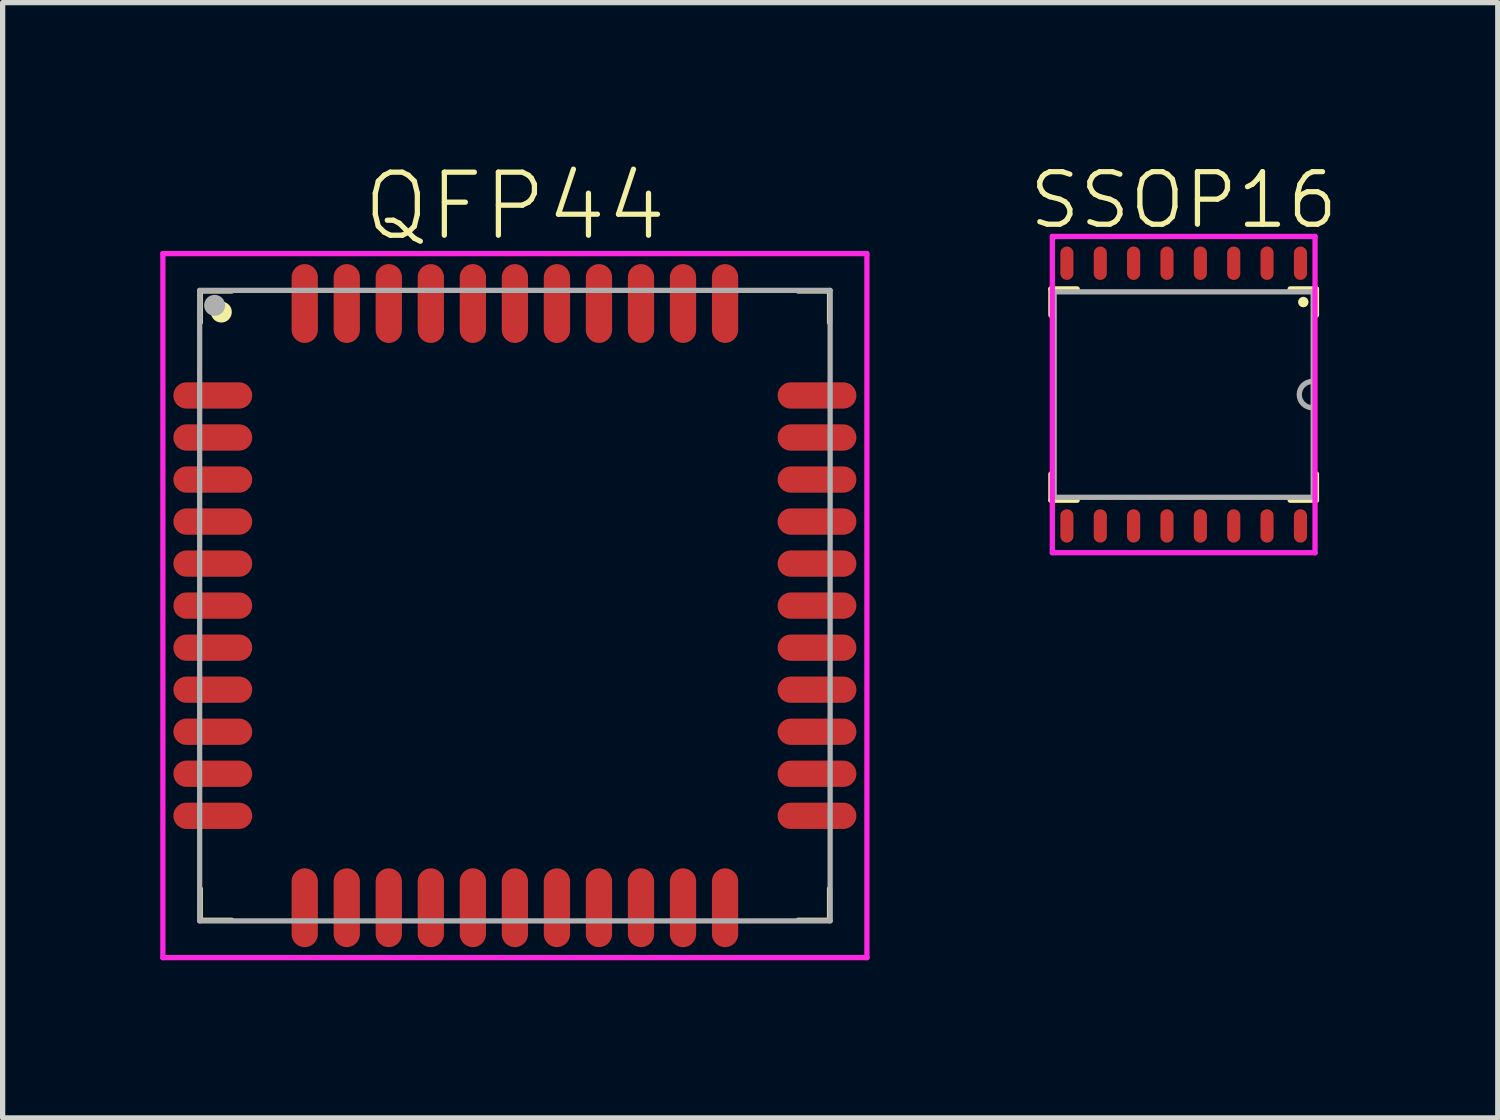
<source format=kicad_pcb>
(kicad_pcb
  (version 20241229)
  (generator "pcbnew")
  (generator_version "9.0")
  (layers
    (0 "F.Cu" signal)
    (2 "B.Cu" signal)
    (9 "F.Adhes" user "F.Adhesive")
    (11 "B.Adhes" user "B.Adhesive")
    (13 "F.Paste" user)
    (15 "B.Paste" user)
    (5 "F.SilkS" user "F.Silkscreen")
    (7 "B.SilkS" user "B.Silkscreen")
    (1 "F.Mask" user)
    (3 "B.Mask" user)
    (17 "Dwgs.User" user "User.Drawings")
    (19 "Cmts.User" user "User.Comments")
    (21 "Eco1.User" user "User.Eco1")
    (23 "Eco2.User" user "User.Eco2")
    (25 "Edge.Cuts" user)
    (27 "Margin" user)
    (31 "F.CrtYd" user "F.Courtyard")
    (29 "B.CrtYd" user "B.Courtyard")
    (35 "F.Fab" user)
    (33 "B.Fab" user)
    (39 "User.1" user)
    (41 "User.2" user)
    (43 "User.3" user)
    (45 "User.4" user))
  (footprint "QFP44"
    (layer "F.Cu")
    (at 6.75 8.477)
    (property "Reference" "QFP44" (at 0 -7.6 0) (layer "F.SilkS") (effects (font (size 1.2 1.2) (thickness 0.1))))
    (attr through_hole)
    (fp_line (start -5.989 -5.989) (end -5.989 -5.389) (stroke (width 0.1) (type solid)) (layer "F.SilkS"))
    (fp_line (start -5.989 -5.989) (end -5.389 -5.989) (stroke (width 0.1) (type solid)) (layer "F.SilkS"))
    (fp_line (start -5.989 5.989) (end -5.989 5.389) (stroke (width 0.1) (type solid)) (layer "F.SilkS"))
    (fp_line (start -5.389 5.989) (end -5.989 5.989) (stroke (width 0.1) (type solid)) (layer "F.SilkS"))
    (fp_line (start 5.389 -5.989) (end 5.989 -5.989) (stroke (width 0.1) (type solid)) (layer "F.SilkS"))
    (fp_line (start 5.389 5.989) (end 5.989 5.989) (stroke (width 0.1) (type solid)) (layer "F.SilkS"))
    (fp_line (start 5.989 -5.989) (end 5.989 -5.389) (stroke (width 0.1) (type solid)) (layer "F.SilkS"))
    (fp_line (start 5.989 5.989) (end 5.989 5.389) (stroke (width 0.1) (type solid)) (layer "F.SilkS"))
    (fp_circle (center -5.588 -5.588) (end -5.488 -5.588) (stroke (width 0.2) (type solid)) (fill no) (layer "F.SilkS"))
    (fp_line (start -6.7 -6.7) (end 6.7 -6.7) (stroke (width 0.1) (type solid)) (layer "F.CrtYd"))
    (fp_line (start -6.7 6.7) (end -6.7 -6.7) (stroke (width 0.1) (type solid)) (layer "F.CrtYd"))
    (fp_line (start 6.7 -6.7) (end 6.7 6.7) (stroke (width 0.1) (type solid)) (layer "F.CrtYd"))
    (fp_line (start 6.7 6.7) (end -6.7 6.7) (stroke (width 0.1) (type solid)) (layer "F.CrtYd"))
    (fp_line (start -6 -6) (end -6 6) (stroke (width 0.1) (type solid)) (layer "F.Fab"))
    (fp_line (start -6 6) (end 6 6) (stroke (width 0.1) (type solid)) (layer "F.Fab"))
    (fp_line (start 6 -6) (end -6 -6) (stroke (width 0.1) (type solid)) (layer "F.Fab"))
    (fp_line (start 6 6) (end 6 -6) (stroke (width 0.1) (type solid)) (layer "F.Fab"))
    (fp_circle (center -5.715 -5.715) (end -5.715 -5.815) (stroke (width 0.2) (type solid)) (fill no) (layer "F.Fab"))
    (pad "1" smd oval (at -5.75 -4 90) (size 0.5 1.5) (layers "F.Cu" "F.Mask" "F.Paste"))
    (pad "2" smd oval (at -5.75 -3.2 90) (size 0.5 1.5) (layers "F.Cu" "F.Mask" "F.Paste"))
    (pad "3" smd oval (at -5.75 -2.4 90) (size 0.5 1.5) (layers "F.Cu" "F.Mask" "F.Paste"))
    (pad "4" smd oval (at -5.75 -1.6 90) (size 0.5 1.5) (layers "F.Cu" "F.Mask" "F.Paste"))
    (pad "5" smd oval (at -5.75 -0.8 90) (size 0.5 1.5) (layers "F.Cu" "F.Mask" "F.Paste"))
    (pad "6" smd oval (at -5.75 0 90) (size 0.5 1.5) (layers "F.Cu" "F.Mask" "F.Paste"))
    (pad "7" smd oval (at -5.75 0.8 90) (size 0.5 1.5) (layers "F.Cu" "F.Mask" "F.Paste"))
    (pad "8" smd oval (at -5.75 1.6 90) (size 0.5 1.5) (layers "F.Cu" "F.Mask" "F.Paste"))
    (pad "9" smd oval (at -5.75 2.4 90) (size 0.5 1.5) (layers "F.Cu" "F.Mask" "F.Paste"))
    (pad "10" smd oval (at -5.75 3.2 90) (size 0.5 1.5) (layers "F.Cu" "F.Mask" "F.Paste"))
    (pad "11" smd oval (at -5.75 4 90) (size 0.5 1.5) (layers "F.Cu" "F.Mask" "F.Paste"))
    (pad "12" smd oval (at -4 5.75) (size 0.5 1.5) (layers "F.Cu" "F.Mask" "F.Paste"))
    (pad "13" smd oval (at -3.2 5.75) (size 0.5 1.5) (layers "F.Cu" "F.Mask" "F.Paste"))
    (pad "14" smd oval (at -2.4 5.75) (size 0.5 1.5) (layers "F.Cu" "F.Mask" "F.Paste"))
    (pad "15" smd oval (at -1.6 5.75) (size 0.5 1.5) (layers "F.Cu" "F.Mask" "F.Paste"))
    (pad "16" smd oval (at -0.8 5.75) (size 0.5 1.5) (layers "F.Cu" "F.Mask" "F.Paste"))
    (pad "17" smd oval (at 0 5.75) (size 0.5 1.5) (layers "F.Cu" "F.Mask" "F.Paste"))
    (pad "18" smd oval (at 0.8 5.75) (size 0.5 1.5) (layers "F.Cu" "F.Mask" "F.Paste"))
    (pad "19" smd oval (at 1.6 5.75) (size 0.5 1.5) (layers "F.Cu" "F.Mask" "F.Paste"))
    (pad "20" smd oval (at 2.4 5.75) (size 0.5 1.5) (layers "F.Cu" "F.Mask" "F.Paste"))
    (pad "21" smd oval (at 3.2 5.75) (size 0.5 1.5) (layers "F.Cu" "F.Mask" "F.Paste"))
    (pad "22" smd oval (at 4 5.75) (size 0.5 1.5) (layers "F.Cu" "F.Mask" "F.Paste"))
    (pad "23" smd oval (at 5.75 4 90) (size 0.5 1.5) (layers "F.Cu" "F.Mask" "F.Paste"))
    (pad "24" smd oval (at 5.75 3.2 90) (size 0.5 1.5) (layers "F.Cu" "F.Mask" "F.Paste"))
    (pad "25" smd oval (at 5.75 2.4 90) (size 0.5 1.5) (layers "F.Cu" "F.Mask" "F.Paste"))
    (pad "26" smd oval (at 5.75 1.6 90) (size 0.5 1.5) (layers "F.Cu" "F.Mask" "F.Paste"))
    (pad "27" smd oval (at 5.75 0.8 90) (size 0.5 1.5) (layers "F.Cu" "F.Mask" "F.Paste"))
    (pad "28" smd oval (at 5.75 0 90) (size 0.5 1.5) (layers "F.Cu" "F.Mask" "F.Paste"))
    (pad "29" smd oval (at 5.75 -0.8 90) (size 0.5 1.5) (layers "F.Cu" "F.Mask" "F.Paste"))
    (pad "30" smd oval (at 5.75 -1.6 90) (size 0.5 1.5) (layers "F.Cu" "F.Mask" "F.Paste"))
    (pad "31" smd oval (at 5.75 -2.4 90) (size 0.5 1.5) (layers "F.Cu" "F.Mask" "F.Paste"))
    (pad "32" smd oval (at 5.75 -3.2 90) (size 0.5 1.5) (layers "F.Cu" "F.Mask" "F.Paste"))
    (pad "33" smd oval (at 5.75 -4 90) (size 0.5 1.5) (layers "F.Cu" "F.Mask" "F.Paste"))
    (pad "34" smd oval (at 4 -5.75) (size 0.5 1.5) (layers "F.Cu" "F.Mask" "F.Paste"))
    (pad "35" smd oval (at 3.2 -5.75) (size 0.5 1.5) (layers "F.Cu" "F.Mask" "F.Paste"))
    (pad "36" smd oval (at 2.4 -5.75) (size 0.5 1.5) (layers "F.Cu" "F.Mask" "F.Paste"))
    (pad "37" smd oval (at 1.6 -5.75) (size 0.5 1.5) (layers "F.Cu" "F.Mask" "F.Paste"))
    (pad "38" smd oval (at 0.8 -5.75) (size 0.5 1.5) (layers "F.Cu" "F.Mask" "F.Paste"))
    (pad "39" smd oval (at 0 -5.75) (size 0.5 1.5) (layers "F.Cu" "F.Mask" "F.Paste"))
    (pad "40" smd oval (at -0.8 -5.75) (size 0.5 1.5) (layers "F.Cu" "F.Mask" "F.Paste"))
    (pad "41" smd oval (at -1.6 -5.75) (size 0.5 1.5) (layers "F.Cu" "F.Mask" "F.Paste"))
    (pad "42" smd oval (at -2.4 -5.75) (size 0.5 1.5) (layers "F.Cu" "F.Mask" "F.Paste"))
    (pad "43" smd oval (at -3.2 -5.75) (size 0.5 1.5) (layers "F.Cu" "F.Mask" "F.Paste"))
    (pad "44" smd oval (at -4 -5.75) (size 0.5 1.5) (layers "F.Cu" "F.Mask" "F.Paste")))
  (footprint "SSOP16"
    (layer "F.Cu")
    (at 19.479 4.46)
    (property "Reference" "SSOP16" (at 0 -3.7 180) (layer "F.SilkS") (effects (font (size 1 1) (thickness 0.1))))
    (attr through_hole)
    (fp_line (start -2.527 -2.011) (end -2.527 -1.511) (stroke (width 0.1) (type solid)) (layer "F.SilkS"))
    (fp_line (start -2.527 2.011) (end -2.527 1.511) (stroke (width 0.1) (type solid)) (layer "F.SilkS"))
    (fp_line (start -2.027 -2.011) (end -2.527 -2.011) (stroke (width 0.1) (type solid)) (layer "F.SilkS"))
    (fp_line (start -2.027 2.011) (end -2.527 2.011) (stroke (width 0.1) (type solid)) (layer "F.SilkS"))
    (fp_line (start 2.027 -2.011) (end 2.527 -2.011) (stroke (width 0.1) (type solid)) (layer "F.SilkS"))
    (fp_line (start 2.527 -2.011) (end 2.527 -1.511) (stroke (width 0.1) (type solid)) (layer "F.SilkS"))
    (fp_line (start 2.527 1.511) (end 2.527 2.011) (stroke (width 0.1) (type solid)) (layer "F.SilkS"))
    (fp_line (start 2.527 2.011) (end 2.027 2.011) (stroke (width 0.1) (type solid)) (layer "F.SilkS"))
    (fp_circle (center 2.277 -1.761) (end 2.227 -1.761) (stroke (width 0.1) (type solid)) (fill no) (layer "F.SilkS"))
    (fp_line (start -2.5 -3.01) (end -2.5 3.01) (stroke (width 0.1) (type solid)) (layer "F.CrtYd"))
    (fp_line (start -2.5 3.01) (end 2.5 3.01) (stroke (width 0.1) (type solid)) (layer "F.CrtYd"))
    (fp_line (start 2.5 -3.01) (end -2.5 -3.01) (stroke (width 0.1) (type solid)) (layer "F.CrtYd"))
    (fp_line (start 2.5 3.01) (end 2.5 -3.01) (stroke (width 0.1) (type solid)) (layer "F.CrtYd"))
    (fp_line (start -2.465 -1.955) (end -2.465 1.95) (stroke (width 0.1) (type solid)) (layer "F.Fab"))
    (fp_line (start -2.465 1.955) (end 2.465 1.955) (stroke (width 0.1) (type solid)) (layer "F.Fab"))
    (fp_line (start 2.465 -1.955) (end -2.465 -1.955) (stroke (width 0.1) (type solid)) (layer "F.Fab"))
    (fp_line (start 2.465 -1.955) (end 2.465 1.955) (stroke (width 0.1) (type solid)) (layer "F.Fab"))
    (fp_arc (start 2.45 0.25) (mid 2.2 0) (end 2.45 -0.25) (stroke (width 0.1) (type solid)) (layer "F.Fab"))
    (pad "1" smd oval (at 2.223 -2.5 270) (size 0.635 0.25) (layers "F.Cu" "F.Mask" "F.Paste"))
    (pad "2" smd oval (at 1.587 -2.5 270) (size 0.635 0.25) (layers "F.Cu" "F.Mask" "F.Paste"))
    (pad "3" smd oval (at 0.953 -2.5 270) (size 0.635 0.25) (layers "F.Cu" "F.Mask" "F.Paste"))
    (pad "4" smd oval (at 0.318 -2.5 270) (size 0.635 0.25) (layers "F.Cu" "F.Mask" "F.Paste"))
    (pad "5" smd oval (at -0.318 -2.5 270) (size 0.635 0.25) (layers "F.Cu" "F.Mask" "F.Paste"))
    (pad "6" smd oval (at -0.953 -2.5 270) (size 0.635 0.25) (layers "F.Cu" "F.Mask" "F.Paste"))
    (pad "7" smd oval (at -1.587 -2.5 270) (size 0.635 0.25) (layers "F.Cu" "F.Mask" "F.Paste"))
    (pad "8" smd oval (at -2.223 -2.5 270) (size 0.635 0.25) (layers "F.Cu" "F.Mask" "F.Paste"))
    (pad "9" smd oval (at -2.223 2.5 270) (size 0.635 0.25) (layers "F.Cu" "F.Mask" "F.Paste"))
    (pad "10" smd oval (at -1.587 2.5 270) (size 0.635 0.25) (layers "F.Cu" "F.Mask" "F.Paste"))
    (pad "11" smd oval (at -0.953 2.5 270) (size 0.635 0.25) (layers "F.Cu" "F.Mask" "F.Paste"))
    (pad "12" smd oval (at -0.318 2.5 270) (size 0.635 0.25) (layers "F.Cu" "F.Mask" "F.Paste"))
    (pad "13" smd oval (at 0.318 2.5 270) (size 0.635 0.25) (layers "F.Cu" "F.Mask" "F.Paste"))
    (pad "14" smd oval (at 0.953 2.5 270) (size 0.635 0.25) (layers "F.Cu" "F.Mask" "F.Paste"))
    (pad "15" smd oval (at 1.587 2.5 270) (size 0.635 0.25) (layers "F.Cu" "F.Mask" "F.Paste"))
    (pad "16" smd oval (at 2.223 2.5 270) (size 0.635 0.25) (layers "F.Cu" "F.Mask" "F.Paste")))
  (gr_rect
    (start -3 -3)
    (end 25.457 18.227)
    (stroke (width 0.1) (type default))
    (fill no)
    (layer "Edge.Cuts")))
</source>
